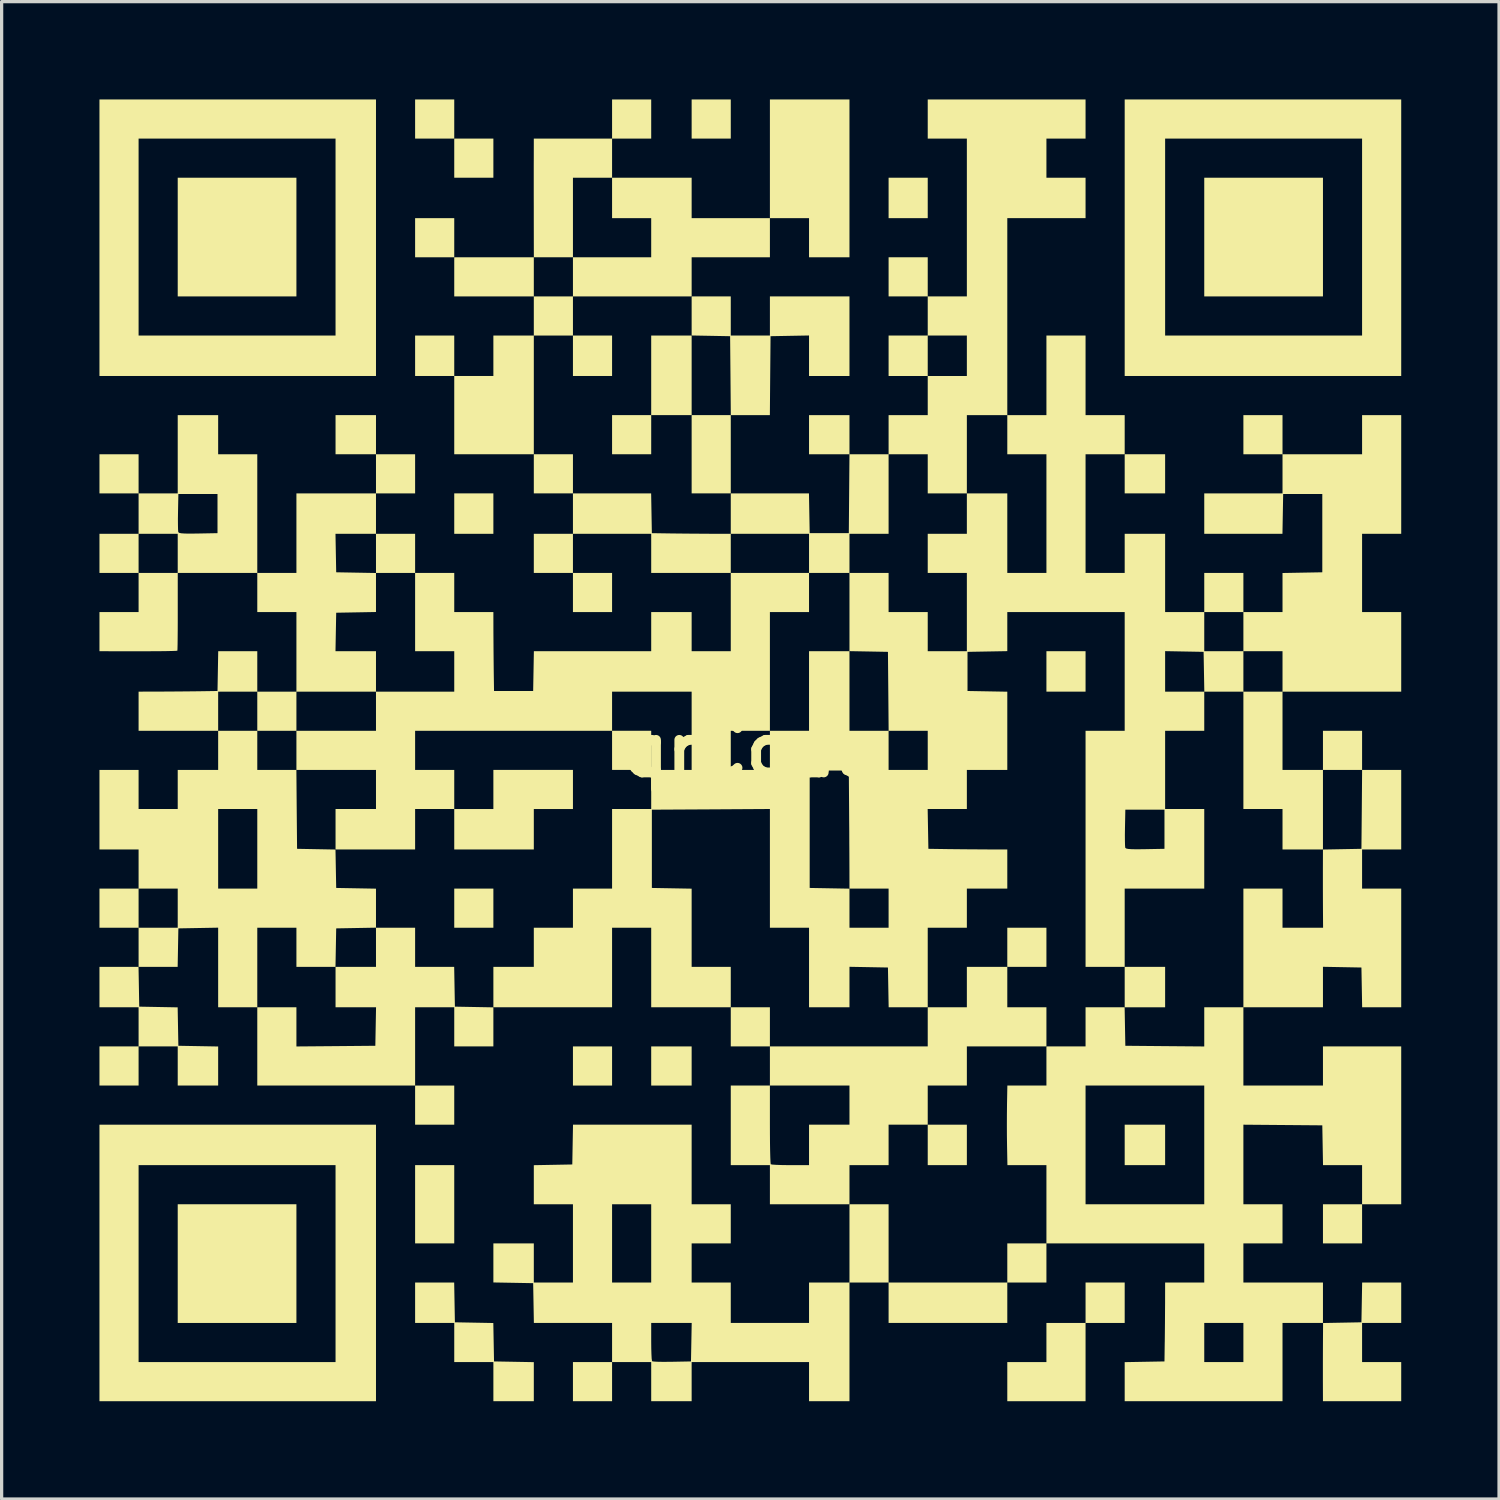
<source format=kicad_pcb>
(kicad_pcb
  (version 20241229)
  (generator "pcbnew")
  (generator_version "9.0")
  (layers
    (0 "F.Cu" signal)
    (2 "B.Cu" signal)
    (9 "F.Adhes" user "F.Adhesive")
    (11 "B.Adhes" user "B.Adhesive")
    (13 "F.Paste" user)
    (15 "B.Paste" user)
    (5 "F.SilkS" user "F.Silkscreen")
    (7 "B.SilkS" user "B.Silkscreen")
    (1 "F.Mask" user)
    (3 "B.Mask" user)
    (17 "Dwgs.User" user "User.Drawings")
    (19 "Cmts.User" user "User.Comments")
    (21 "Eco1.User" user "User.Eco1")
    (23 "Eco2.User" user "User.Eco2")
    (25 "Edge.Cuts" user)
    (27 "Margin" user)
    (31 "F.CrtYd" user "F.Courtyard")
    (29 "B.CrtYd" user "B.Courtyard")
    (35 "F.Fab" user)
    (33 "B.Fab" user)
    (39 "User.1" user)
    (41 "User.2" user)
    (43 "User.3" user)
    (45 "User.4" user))
  (footprint "qrCode"
    (layer "F.Cu")
    (at 19.96 19.96)
    (property "Reference" "qrCode" (at 0 0 0) (layer "F.SilkS") (effects (font (size 1.5 1.5) (thickness 0.3))))
    (attr board_only exclude_from_pos_files exclude_from_bom)
    (fp_poly (pts (xy 17.564 17.562) (xy 17.56 17.562) (xy 17.56 17.56) (xy 17.564 17.56)) (stroke (width 0) (type solid)) (fill yes) (layer "F.SilkS"))
    (fp_poly (pts (xy -13.92 -15.74) (xy -13.92 -13.92) (xy -15.74 -13.92) (xy -17.56 -13.92) (xy -17.56 -15.74) (xy -17.56 -17.56) (xy -15.74 -17.56) (xy -13.92 -17.56)) (stroke (width 0) (type solid)) (fill yes) (layer "F.SilkS"))
    (fp_poly (pts (xy -13.92 15.74) (xy -13.92 17.56) (xy -15.74 17.56) (xy -17.56 17.56) (xy -17.56 15.74) (xy -17.56 13.92) (xy -15.74 13.92) (xy -13.92 13.92)) (stroke (width 0) (type solid)) (fill yes) (layer "F.SilkS"))
    (fp_poly (pts (xy -11.48 -9.68) (xy -11.48 -9.08) (xy -12.1 -9.08) (xy -12.72 -9.08) (xy -12.72 -9.68) (xy -12.72 -10.28) (xy -12.1 -10.28) (xy -11.48 -10.28)) (stroke (width 0) (type solid)) (fill yes) (layer "F.SilkS"))
    (fp_poly (pts (xy -10.28 -6.04) (xy -10.28 -5.44) (xy -10.88 -5.44) (xy -11.48 -5.44) (xy -11.48 -6.04) (xy -11.48 -6.64) (xy -10.88 -6.64) (xy -10.28 -6.64)) (stroke (width 0) (type solid)) (fill yes) (layer "F.SilkS"))
    (fp_poly (pts (xy -9.08 -19.36) (xy -9.08 -18.76) (xy -9.68 -18.76) (xy -10.28 -18.76) (xy -10.28 -19.36) (xy -10.28 -19.96) (xy -9.68 -19.96) (xy -9.08 -19.96)) (stroke (width 0) (type solid)) (fill yes) (layer "F.SilkS"))
    (fp_poly (pts (xy -9.08 -15.72) (xy -9.08 -15.12) (xy -9.68 -15.12) (xy -10.28 -15.12) (xy -10.28 -15.72) (xy -10.28 -16.32) (xy -9.68 -16.32) (xy -9.08 -16.32)) (stroke (width 0) (type solid)) (fill yes) (layer "F.SilkS"))
    (fp_poly (pts (xy -9.08 10.88) (xy -9.08 11.48) (xy -9.68 11.48) (xy -10.28 11.48) (xy -10.28 10.88) (xy -10.28 10.28) (xy -9.68 10.28) (xy -9.08 10.28)) (stroke (width 0) (type solid)) (fill yes) (layer "F.SilkS"))
    (fp_poly (pts (xy -9.08 13.92) (xy -9.08 15.12) (xy -9.68 15.12) (xy -10.28 15.12) (xy -10.28 13.92) (xy -10.28 12.72) (xy -9.68 12.72) (xy -9.08 12.72)) (stroke (width 0) (type solid)) (fill yes) (layer "F.SilkS"))
    (fp_poly (pts (xy -7.88 -18.16) (xy -7.88 -17.56) (xy -8.48 -17.56) (xy -9.08 -17.56) (xy -9.08 -18.16) (xy -9.08 -18.76) (xy -8.48 -18.76) (xy -7.88 -18.76)) (stroke (width 0) (type solid)) (fill yes) (layer "F.SilkS"))
    (fp_poly (pts (xy -7.88 -7.26) (xy -7.88 -6.64) (xy -8.48 -6.64) (xy -9.08 -6.64) (xy -9.08 -7.26) (xy -9.08 -7.88) (xy -8.48 -7.88) (xy -7.88 -7.88)) (stroke (width 0) (type solid)) (fill yes) (layer "F.SilkS"))
    (fp_poly (pts (xy -7.88 4.84) (xy -7.88 5.44) (xy -8.48 5.44) (xy -9.08 5.44) (xy -9.08 4.84) (xy -9.08 4.24) (xy -8.48 4.24) (xy -7.88 4.24)) (stroke (width 0) (type solid)) (fill yes) (layer "F.SilkS"))
    (fp_poly (pts (xy -5.44 -8.48) (xy -5.44 -7.88) (xy -6.04 -7.88) (xy -6.64 -7.88) (xy -6.64 -8.48) (xy -6.64 -9.08) (xy -6.04 -9.08) (xy -5.44 -9.08)) (stroke (width 0) (type solid)) (fill yes) (layer "F.SilkS"))
    (fp_poly (pts (xy -4.24 -12.1) (xy -4.24 -11.48) (xy -4.84 -11.48) (xy -5.44 -11.48) (xy -5.44 -12.1) (xy -5.44 -12.72) (xy -4.84 -12.72) (xy -4.24 -12.72)) (stroke (width 0) (type solid)) (fill yes) (layer "F.SilkS"))
    (fp_poly (pts (xy -4.24 -4.84) (xy -4.24 -4.24) (xy -4.84 -4.24) (xy -5.44 -4.24) (xy -5.44 -4.84) (xy -5.44 -5.44) (xy -4.84 -5.44) (xy -4.24 -5.44)) (stroke (width 0) (type solid)) (fill yes) (layer "F.SilkS"))
    (fp_poly (pts (xy -4.24 9.68) (xy -4.24 10.28) (xy -4.84 10.28) (xy -5.44 10.28) (xy -5.44 9.68) (xy -5.44 9.08) (xy -4.84 9.08) (xy -4.24 9.08)) (stroke (width 0) (type solid)) (fill yes) (layer "F.SilkS"))
    (fp_poly (pts (xy -3.04 0) (xy -3.04 0.6) (xy -3.64 0.6) (xy -4.24 0.6) (xy -4.24 0) (xy -4.24 -0.6) (xy -3.64 -0.6) (xy -3.04 -0.6)) (stroke (width 0) (type solid)) (fill yes) (layer "F.SilkS"))
    (fp_poly (pts (xy -1.8 9.68) (xy -1.8 10.28) (xy -2.42 10.28) (xy -3.04 10.28) (xy -3.04 9.68) (xy -3.04 9.08) (xy -2.42 9.08) (xy -1.8 9.08)) (stroke (width 0) (type solid)) (fill yes) (layer "F.SilkS"))
    (fp_poly (pts (xy -0.6 -19.36) (xy -0.6 -18.76) (xy -1.2 -18.76) (xy -1.8 -18.76) (xy -1.8 -19.36) (xy -1.8 -19.96) (xy -1.2 -19.96) (xy -0.6 -19.96)) (stroke (width 0) (type solid)) (fill yes) (layer "F.SilkS"))
    (fp_poly (pts (xy -0.6 -9.08) (xy -0.6 -7.88) (xy -1.2 -7.88) (xy -1.8 -7.88) (xy -1.8 -9.08) (xy -1.8 -10.28) (xy -1.199 -10.28) (xy -0.6 -10.28)) (stroke (width 0) (type solid)) (fill yes) (layer "F.SilkS"))
    (fp_poly (pts (xy 5.44 -16.94) (xy 5.44 -16.32) (xy 4.84 -16.32) (xy 4.24 -16.32) (xy 4.24 -16.94) (xy 4.24 -17.56) (xy 4.84 -17.56) (xy 5.44 -17.56)) (stroke (width 0) (type solid)) (fill yes) (layer "F.SilkS"))
    (fp_poly (pts (xy 6.64 12.1) (xy 6.64 12.72) (xy 6.04 12.72) (xy 5.44 12.72) (xy 5.44 12.1) (xy 5.44 11.48) (xy 6.04 11.48) (xy 6.64 11.48)) (stroke (width 0) (type solid)) (fill yes) (layer "F.SilkS"))
    (fp_poly (pts (xy 9.08 6.04) (xy 9.08 6.64) (xy 8.48 6.64) (xy 7.88 6.64) (xy 7.88 6.04) (xy 7.88 5.44) (xy 8.48 5.44) (xy 9.08 5.44)) (stroke (width 0) (type solid)) (fill yes) (layer "F.SilkS"))
    (fp_poly (pts (xy 10.28 -2.42) (xy 10.28 -1.8) (xy 9.68 -1.8) (xy 9.08 -1.8) (xy 9.08 -2.42) (xy 9.08 -3.04) (xy 9.68 -3.04) (xy 10.28 -3.04)) (stroke (width 0) (type solid)) (fill yes) (layer "F.SilkS"))
    (fp_poly (pts (xy 12.72 -8.48) (xy 12.72 -7.88) (xy 12.1 -7.88) (xy 11.48 -7.88) (xy 11.48 -8.48) (xy 11.48 -9.08) (xy 12.1 -9.08) (xy 12.72 -9.08)) (stroke (width 0) (type solid)) (fill yes) (layer "F.SilkS"))
    (fp_poly (pts (xy 12.72 7.26) (xy 12.72 7.88) (xy 12.1 7.88) (xy 11.48 7.88) (xy 11.48 7.26) (xy 11.48 6.64) (xy 12.1 6.64) (xy 12.72 6.64)) (stroke (width 0) (type solid)) (fill yes) (layer "F.SilkS"))
    (fp_poly (pts (xy 12.72 12.1) (xy 12.72 12.72) (xy 12.1 12.72) (xy 11.48 12.72) (xy 11.48 12.1) (xy 11.48 11.48) (xy 12.1 11.48) (xy 12.72 11.48)) (stroke (width 0) (type solid)) (fill yes) (layer "F.SilkS"))
    (fp_poly (pts (xy 17.56 -15.74) (xy 17.56 -13.92) (xy 15.74 -13.92) (xy 13.92 -13.92) (xy 13.92 -15.74) (xy 13.92 -17.56) (xy 15.74 -17.56) (xy 17.56 -17.56)) (stroke (width 0) (type solid)) (fill yes) (layer "F.SilkS"))
    (fp_poly (pts (xy -5.44 1.2) (xy -5.44 1.8) (xy -6.04 1.8) (xy -6.64 1.8) (xy -6.64 2.42) (xy -6.64 3.04) (xy -7.86 3.04) (xy -9.08 3.04) (xy -9.08 2.42) (xy -9.08 1.8) (xy -8.48 1.8) (xy -7.88 1.8) (xy -7.88 1.2) (xy -7.88 0.6) (xy -6.66 0.6) (xy -5.44 0.6)) (stroke (width 0) (type solid)) (fill yes) (layer "F.SilkS"))
    (fp_poly (pts (xy -1.8 -11.5) (xy -1.8 -10.28) (xy -2.42 -10.28) (xy -3.04 -10.28) (xy -3.04 -9.68) (xy -3.04 -9.08) (xy -3.64 -9.08) (xy -4.24 -9.08) (xy -4.24 -9.68) (xy -4.24 -10.28) (xy -3.64 -10.28) (xy -3.04 -10.28) (xy -3.04 -11.5) (xy -3.04 -12.72) (xy -2.42 -12.72) (xy -1.8 -12.72)) (stroke (width 0) (type solid)) (fill yes) (layer "F.SilkS"))
    (fp_poly (pts (xy -11.48 -15.72) (xy -11.48 -11.48) (xy -15.72 -11.48) (xy -19.96 -11.48) (xy -19.96 -15.72) (xy -19.96 -15.74) (xy -18.76 -15.74) (xy -18.76 -12.72) (xy -15.74 -12.72) (xy -12.72 -12.72) (xy -12.72 -15.74) (xy -12.72 -18.76) (xy -15.74 -18.76) (xy -18.76 -18.76) (xy -18.76 -15.74) (xy -19.96 -15.74) (xy -19.96 -19.96) (xy -15.72 -19.96) (xy -11.48 -19.96)) (stroke (width 0) (type solid)) (fill yes) (layer "F.SilkS"))
    (fp_poly (pts (xy -11.48 15.72) (xy -11.48 19.96) (xy -15.72 19.96) (xy -19.96 19.96) (xy -19.96 15.74) (xy -18.76 15.74) (xy -18.76 18.76) (xy -15.74 18.76) (xy -12.72 18.76) (xy -12.72 15.74) (xy -12.72 12.72) (xy -15.74 12.72) (xy -18.76 12.72) (xy -18.76 15.74) (xy -19.96 15.74) (xy -19.96 15.72) (xy -19.96 11.48) (xy -15.72 11.48) (xy -11.48 11.48)) (stroke (width 0) (type solid)) (fill yes) (layer "F.SilkS"))
    (fp_poly (pts (xy 19.96 -15.72) (xy 19.96 -11.48) (xy 15.72 -11.48) (xy 11.48 -11.48) (xy 11.48 -15.72) (xy 11.48 -15.74) (xy 12.72 -15.74) (xy 12.72 -12.72) (xy 15.74 -12.72) (xy 18.76 -12.72) (xy 18.76 -15.74) (xy 18.76 -18.76) (xy 15.74 -18.76) (xy 12.72 -18.76) (xy 12.72 -15.74) (xy 11.48 -15.74) (xy 11.48 -19.96) (xy 15.72 -19.96) (xy 19.96 -19.96)) (stroke (width 0) (type solid)) (fill yes) (layer "F.SilkS"))
    (fp_poly (pts (xy 11.48 16.94) (xy 11.48 17.56) (xy 10.88 17.56) (xy 10.28 17.56) (xy 10.28 18.76) (xy 10.28 19.96) (xy 9.08 19.96) (xy 7.88 19.96) (xy 7.88 19.36) (xy 7.88 18.76) (xy 8.48 18.76) (xy 9.08 18.76) (xy 9.08 18.16) (xy 9.08 17.56) (xy 9.68 17.56) (xy 10.28 17.56) (xy 10.28 16.94) (xy 10.28 16.32) (xy 10.88 16.32) (xy 11.48 16.32)) (stroke (width 0) (type solid)) (fill yes) (layer "F.SilkS"))
    (fp_poly (pts (xy -9.071 16.93) (xy -9.06 17.54) (xy -8.471 17.551) (xy -7.882 17.562) (xy -7.871 18.151) (xy -7.86 18.74) (xy -7.25 18.751) (xy -6.64 18.762) (xy -6.64 19.361) (xy -6.64 19.96) (xy -7.26 19.96) (xy -7.88 19.96) (xy -7.88 19.36) (xy -7.88 18.76) (xy -8.48 18.76) (xy -9.08 18.76) (xy -9.08 18.16) (xy -9.08 17.56) (xy -9.68 17.56) (xy -10.28 17.56) (xy -10.28 16.94) (xy -10.28 16.32) (xy -9.681 16.32) (xy -9.082 16.32)) (stroke (width 0) (type solid)) (fill yes) (layer "F.SilkS"))
    (fp_poly (pts (xy 19.96 16.94) (xy 19.96 17.56) (xy 19.36 17.56) (xy 18.76 17.56) (xy 18.76 18.16) (xy 18.76 18.76) (xy 19.36 18.76) (xy 19.96 18.76) (xy 19.96 19.36) (xy 19.96 19.96) (xy 18.76 19.96) (xy 17.56 19.96) (xy 17.558 19.35) (xy 17.558 19.068) (xy 17.558 18.749) (xy 17.559 18.432) (xy 17.56 18.155) (xy 17.56 18.15) (xy 17.564 17.562) (xy 18.15 17.551) (xy 18.74 17.54) (xy 18.751 16.93) (xy 18.762 16.32) (xy 19.361 16.32) (xy 19.96 16.32)) (stroke (width 0) (type solid)) (fill yes) (layer "F.SilkS"))
    (fp_poly (pts (xy -3.04 -19.36) (xy -3.04 -18.76) (xy -3.64 -18.76) (xy -4.24 -18.76) (xy -4.24 -18.16) (xy -4.24 -17.56) (xy -4.84 -17.56) (xy -5.44 -17.56) (xy -5.44 -16.34) (xy -5.44 -15.12) (xy -6.04 -15.12) (xy -6.639 -15.12) (xy -6.641 -16.33) (xy -6.641 -16.671) (xy -6.642 -17.021) (xy -6.642 -17.36) (xy -6.642 -17.673) (xy -6.642 -17.941) (xy -6.641 -18.146) (xy -6.641 -18.15) (xy -6.64 -18.76) (xy -5.44 -18.76) (xy -4.24 -18.76) (xy -4.24 -19.36) (xy -4.24 -19.96) (xy -3.64 -19.96) (xy -3.04 -19.96)) (stroke (width 0) (type solid)) (fill yes) (layer "F.SilkS"))
    (fp_poly (pts (xy -0.6 -13.32) (xy -0.6 -12.72) (xy 0 -12.72) (xy 0.6 -12.72) (xy 0.6 -13.32) (xy 0.6 -13.92) (xy 1.82 -13.92) (xy 3.04 -13.92) (xy 3.04 -12.7) (xy 3.04 -11.48) (xy 2.42 -11.48) (xy 1.8 -11.48) (xy 1.8 -12.101) (xy 1.8 -12.722) (xy 1.21 -12.711) (xy 0.62 -12.7) (xy 0.609 -11.49) (xy 0.599 -10.28) (xy -0.001 -10.28) (xy -0.599 -10.28) (xy -0.609 -11.49) (xy -0.62 -12.7) (xy -1.21 -12.711) (xy -1.8 -12.722) (xy -1.8 -13.321) (xy -1.8 -13.92) (xy -1.2 -13.92) (xy -0.6 -13.92)) (stroke (width 0) (type solid)) (fill yes) (layer "F.SilkS"))
    (fp_poly (pts (xy -3.031 -7.27) (xy -3.02 -6.66) (xy -2.42 -6.651) (xy -2.14 -6.648) (xy -1.819 -6.645) (xy -1.497 -6.643) (xy -1.213 -6.641) (xy -1.21 -6.641) (xy -0.6 -6.64) (xy -0.6 -6.04) (xy -0.6 -5.44) (xy -1.82 -5.44) (xy -3.04 -5.44) (xy -3.04 -6.04) (xy -3.04 -6.64) (xy -4.24 -6.64) (xy -5.44 -6.64) (xy -5.44 -6.04) (xy -5.44 -5.44) (xy -6.04 -5.44) (xy -6.64 -5.44) (xy -6.64 -6.04) (xy -6.64 -6.64) (xy -6.04 -6.64) (xy -5.44 -6.64) (xy -5.44 -7.26) (xy -5.44 -7.88) (xy -4.241 -7.88) (xy -3.042 -7.88)) (stroke (width 0) (type solid)) (fill yes) (layer "F.SilkS"))
    (fp_poly (pts (xy -18.751 7.25) (xy -18.74 7.86) (xy -18.151 7.871) (xy -17.562 7.882) (xy -17.551 8.471) (xy -17.54 9.06) (xy -16.93 9.071) (xy -16.32 9.082) (xy -16.32 9.681) (xy -16.32 10.28) (xy -16.94 10.28) (xy -17.56 10.28) (xy -17.56 9.68) (xy -17.56 9.08) (xy -18.16 9.08) (xy -18.76 9.08) (xy -18.76 9.68) (xy -18.76 10.28) (xy -19.36 10.28) (xy -19.96 10.28) (xy -19.96 9.68) (xy -19.96 9.08) (xy -19.36 9.08) (xy -18.76 9.08) (xy -18.76 8.48) (xy -18.76 7.88) (xy -19.36 7.88) (xy -19.96 7.88) (xy -19.96 7.26) (xy -19.96 6.64) (xy -19.36 6.64) (xy -18.762 6.64)) (stroke (width 0) (type solid)) (fill yes) (layer "F.SilkS"))
    (fp_poly (pts (xy -10.28 6.04) (xy -10.28 6.64) (xy -9.681 6.64) (xy -9.082 6.64) (xy -9.071 7.25) (xy -9.06 7.86) (xy -8.47 7.871) (xy -7.88 7.882) (xy -7.88 8.48) (xy -7.88 9.08) (xy -8.48 9.08) (xy -9.08 9.08) (xy -9.08 8.48) (xy -9.08 7.88) (xy -9.68 7.88) (xy -10.28 7.88) (xy -10.28 9.08) (xy -10.28 10.28) (xy -12.7 10.28) (xy -15.12 10.28) (xy -15.12 9.08) (xy -15.12 7.88) (xy -14.52 7.88) (xy -13.92 7.88) (xy -13.92 8.481) (xy -13.92 9.081) (xy -12.71 9.071) (xy -11.5 9.06) (xy -11.489 8.47) (xy -11.478 7.88) (xy -12.099 7.88) (xy -12.72 7.88) (xy -12.72 7.26) (xy -12.72 6.64) (xy -12.1 6.64) (xy -11.48 6.64) (xy -11.48 6.04) (xy -11.48 5.44) (xy -10.88 5.44) (xy -10.28 5.44)) (stroke (width 0) (type solid)) (fill yes) (layer "F.SilkS"))
    (fp_poly (pts (xy 3.04 -17.54) (xy 3.04 -15.12) (xy 2.42 -15.12) (xy 1.8 -15.12) (xy 1.8 -15.72) (xy 1.8 -16.32) (xy 1.2 -16.32) (xy 0.6 -16.32) (xy 0.6 -15.72) (xy 0.6 -15.12) (xy -0.6 -15.12) (xy -1.8 -15.12) (xy -1.8 -14.52) (xy -1.8 -13.92) (xy -3.62 -13.92) (xy -5.44 -13.92) (xy -5.44 -13.32) (xy -5.44 -12.72) (xy -6.04 -12.72) (xy -6.64 -12.72) (xy -6.64 -10.9) (xy -6.64 -9.08) (xy -7.86 -9.08) (xy -9.08 -9.08) (xy -9.08 -10.28) (xy -9.08 -11.48) (xy -9.68 -11.48) (xy -10.28 -11.48) (xy -10.28 -12.1) (xy -10.28 -12.72) (xy -9.68 -12.72) (xy -9.08 -12.72) (xy -9.08 -12.1) (xy -9.08 -11.48) (xy -8.48 -11.48) (xy -7.88 -11.48) (xy -7.88 -12.1) (xy -7.88 -12.72) (xy -7.26 -12.72) (xy -6.64 -12.72) (xy -6.64 -13.32) (xy -6.64 -13.92) (xy -7.86 -13.92) (xy -9.08 -13.92) (xy -9.08 -14.52) (xy -9.08 -15.12) (xy -7.86 -15.12) (xy -6.64 -15.12) (xy -6.64 -14.52) (xy -6.64 -13.92) (xy -6.04 -13.92) (xy -5.44 -13.92) (xy -5.44 -14.52) (xy -5.44 -15.12) (xy -4.24 -15.12) (xy -3.04 -15.12) (xy -3.04 -15.72) (xy -3.04 -16.32) (xy -3.64 -16.32) (xy -4.24 -16.32) (xy -4.24 -16.94) (xy -4.24 -17.56) (xy -3.02 -17.56) (xy -1.8 -17.56) (xy -1.8 -16.94) (xy -1.8 -16.32) (xy -0.6 -16.32) (xy 0.6 -16.32) (xy 0.6 -18.14) (xy 0.6 -19.96) (xy 1.82 -19.96) (xy 3.04 -19.96)) (stroke (width 0) (type solid)) (fill yes) (layer "F.SilkS"))
    (fp_poly (pts (xy 7.88 7.26) (xy 7.88 7.88) (xy 8.48 7.88) (xy 9.08 7.88) (xy 9.08 8.48) (xy 9.08 9.08) (xy 7.86 9.08) (xy 6.64 9.08) (xy 6.64 9.68) (xy 6.64 10.28) (xy 6.04 10.28) (xy 5.44 10.28) (xy 5.44 10.88) (xy 5.44 11.48) (xy 4.84 11.48) (xy 4.24 11.48) (xy 4.24 12.1) (xy 4.24 12.72) (xy 3.64 12.72) (xy 3.04 12.72) (xy 3.04 13.32) (xy 3.04 13.92) (xy 1.82 13.92) (xy 0.6 13.92) (xy 0.6 13.32) (xy 0.6 12.72) (xy 0 12.72) (xy -0.6 12.72) (xy -0.6 11.5) (xy -0.6 11.473) (xy 0.6 11.473) (xy 0.601 11.775) (xy 0.603 12.05) (xy 0.607 12.289) (xy 0.612 12.481) (xy 0.618 12.617) (xy 0.624 12.687) (xy 0.627 12.693) (xy 0.674 12.703) (xy 0.787 12.711) (xy 0.949 12.717) (xy 1.146 12.72) (xy 1.227 12.72) (xy 1.8 12.72) (xy 1.8 12.1) (xy 1.8 11.48) (xy 2.42 11.48) (xy 3.04 11.48) (xy 3.04 10.88) (xy 3.04 10.28) (xy 1.82 10.28) (xy 0.6 10.28) (xy 0.6 11.473) (xy -0.6 11.473) (xy -0.6 10.28) (xy 0 10.28) (xy 0.6 10.28) (xy 0.6 9.68) (xy 0.6 9.08) (xy 0 9.08) (xy -0.6 9.08) (xy -0.6 8.48) (xy -0.6 7.88) (xy 0 7.88) (xy 0.6 7.88) (xy 0.6 8.48) (xy 0.6 9.08) (xy 3.02 9.08) (xy 5.44 9.08) (xy 5.44 8.48) (xy 5.44 7.88) (xy 6.04 7.88) (xy 6.64 7.88) (xy 6.64 7.26) (xy 6.64 6.64) (xy 7.26 6.64) (xy 7.88 6.64)) (stroke (width 0) (type solid)) (fill yes) (layer "F.SilkS"))
    (fp_poly (pts (xy -15.12 0) (xy -15.12 0.6) (xy -14.521 0.6) (xy -13.921 0.6) (xy -13.911 1.81) (xy -13.9 3.02) (xy -13.311 3.031) (xy -12.722 3.042) (xy -12.711 3.631) (xy -12.7 4.22) (xy -12.09 4.231) (xy -11.48 4.242) (xy -11.48 4.84) (xy -11.48 5.438) (xy -12.09 5.449) (xy -12.7 5.46) (xy -12.711 6.05) (xy -12.722 6.64) (xy -13.321 6.64) (xy -13.92 6.64) (xy -13.92 6.04) (xy -13.92 5.44) (xy -14.52 5.44) (xy -15.12 5.44) (xy -15.12 6.66) (xy -15.12 7.88) (xy -15.72 7.88) (xy -16.32 7.88) (xy -16.32 6.659) (xy -16.32 5.438) (xy -16.93 5.449) (xy -17.54 5.46) (xy -17.551 6.05) (xy -17.562 6.64) (xy -18.162 6.64) (xy -18.76 6.64) (xy -18.76 6.04) (xy -18.76 5.44) (xy -19.36 5.44) (xy -19.96 5.44) (xy -19.96 4.84) (xy -18.76 4.84) (xy -18.76 5.44) (xy -18.16 5.44) (xy -17.56 5.44) (xy -17.56 4.84) (xy -17.56 4.24) (xy -18.16 4.24) (xy -18.76 4.24) (xy -18.76 4.84) (xy -19.96 4.84) (xy -19.96 4.24) (xy -19.36 4.24) (xy -18.76 4.24) (xy -18.76 3.64) (xy -18.76 3.04) (xy -19.36 3.04) (xy -19.96 3.04) (xy -19.96 3.02) (xy -16.32 3.02) (xy -16.32 4.24) (xy -15.72 4.24) (xy -15.12 4.24) (xy -15.12 3.02) (xy -15.12 1.8) (xy -15.72 1.8) (xy -16.32 1.8) (xy -16.32 3.02) (xy -19.96 3.02) (xy -19.96 1.82) (xy -19.96 0.6) (xy -19.36 0.6) (xy -18.76 0.6) (xy -18.76 1.2) (xy -18.76 1.8) (xy -18.16 1.8) (xy -17.56 1.8) (xy -17.56 1.2) (xy -17.56 0.6) (xy -16.94 0.6) (xy -16.32 0.6) (xy -16.32 0) (xy -16.32 -0.6) (xy -15.72 -0.6) (xy -15.12 -0.6)) (stroke (width 0) (type solid)) (fill yes) (layer "F.SilkS"))
    (fp_poly (pts (xy -16.32 -9.68) (xy -16.32 -9.08) (xy -15.72 -9.08) (xy -15.12 -9.08) (xy -15.12 -7.26) (xy -15.12 -5.44) (xy -14.52 -5.44) (xy -13.92 -5.44) (xy -13.92 -6.66) (xy -13.92 -7.88) (xy -12.7 -7.88) (xy -11.48 -7.88) (xy -11.48 -8.48) (xy -11.48 -9.08) (xy -10.88 -9.08) (xy -10.28 -9.08) (xy -10.28 -8.48) (xy -10.28 -7.88) (xy -10.88 -7.88) (xy -11.48 -7.88) (xy -11.48 -7.26) (xy -11.48 -6.64) (xy -12.101 -6.64) (xy -12.722 -6.64) (xy -12.711 -6.05) (xy -12.7 -5.46) (xy -12.09 -5.449) (xy -11.48 -5.438) (xy -11.48 -4.84) (xy -11.48 -4.242) (xy -12.09 -4.231) (xy -12.7 -4.22) (xy -12.711 -3.63) (xy -12.722 -3.04) (xy -12.101 -3.04) (xy -11.48 -3.04) (xy -11.48 -2.42) (xy -11.48 -1.8) (xy -12.7 -1.8) (xy -13.92 -1.8) (xy -13.92 -1.2) (xy -13.92 -0.6) (xy -14.52 -0.6) (xy -15.12 -0.6) (xy -15.12 -1.2) (xy -15.12 -1.8) (xy -15.72 -1.8) (xy -16.32 -1.8) (xy -16.32 -1.2) (xy -16.32 -0.6) (xy -17.54 -0.6) (xy -18.76 -0.6) (xy -18.76 -1.2) (xy -18.76 -1.8) (xy -18.15 -1.801) (xy -17.867 -1.803) (xy -17.545 -1.805) (xy -17.224 -1.808) (xy -16.943 -1.811) (xy -16.94 -1.811) (xy -16.34 -1.82) (xy -16.329 -2.43) (xy -16.318 -3.04) (xy -15.719 -3.04) (xy -15.12 -3.04) (xy -15.12 -2.42) (xy -15.12 -1.8) (xy -14.52 -1.8) (xy -13.92 -1.8) (xy -13.92 -3.02) (xy -13.92 -4.24) (xy -14.52 -4.24) (xy -15.12 -4.24) (xy -15.12 -4.84) (xy -15.12 -5.44) (xy -16.339 -5.44) (xy -17.559 -5.44) (xy -17.559 -4.254) (xy -17.559 -3.955) (xy -17.56 -3.682) (xy -17.562 -3.446) (xy -17.564 -3.258) (xy -17.567 -3.126) (xy -17.57 -3.061) (xy -17.571 -3.056) (xy -17.615 -3.051) (xy -17.73 -3.047) (xy -17.91 -3.043) (xy -18.147 -3.04) (xy -18.431 -3.039) (xy -18.756 -3.038) (xy -19.113 -3.038) (xy -19.35 -3.038) (xy -19.96 -3.04) (xy -19.96 -3.64) (xy -19.96 -4.24) (xy -19.36 -4.24) (xy -18.76 -4.24) (xy -18.76 -4.84) (xy -18.76 -5.44) (xy -19.36 -5.44) (xy -19.96 -5.44) (xy -19.96 -6.04) (xy -18.76 -6.04) (xy -18.76 -5.44) (xy -18.16 -5.44) (xy -17.56 -5.44) (xy -17.56 -6.04) (xy -17.56 -6.64) (xy -18.16 -6.64) (xy -18.76 -6.64) (xy -18.76 -6.04) (xy -19.96 -6.04) (xy -19.96 -6.64) (xy -19.36 -6.64) (xy -18.76 -6.64) (xy -18.76 -7.095) (xy -17.554 -7.095) (xy -17.553 -6.916) (xy -17.55 -6.778) (xy -17.544 -6.7) (xy -17.542 -6.691) (xy -17.516 -6.67) (xy -17.452 -6.656) (xy -17.338 -6.648) (xy -17.164 -6.646) (xy -16.931 -6.649) (xy -16.34 -6.66) (xy -16.34 -7.26) (xy -16.34 -7.86) (xy -16.94 -7.86) (xy -17.54 -7.86) (xy -17.551 -7.302) (xy -17.554 -7.095) (xy -18.76 -7.095) (xy -18.76 -7.26) (xy -18.76 -7.88) (xy -19.36 -7.88) (xy -19.96 -7.88) (xy -19.96 -8.48) (xy -19.96 -9.08) (xy -19.36 -9.08) (xy -18.76 -9.08) (xy -18.76 -8.48) (xy -18.76 -7.88) (xy -18.16 -7.88) (xy -17.56 -7.88) (xy -17.56 -9.08) (xy -17.56 -10.28) (xy -16.94 -10.28) (xy -16.32 -10.28)) (stroke (width 0) (type solid)) (fill yes) (layer "F.SilkS"))
    (fp_poly (pts (xy 19.96 1.82) (xy 19.96 3.04) (xy 19.36 3.04) (xy 18.76 3.04) (xy 18.76 3.64) (xy 18.76 4.24) (xy 19.36 4.24) (xy 19.96 4.24) (xy 19.96 6.06) (xy 19.96 7.88) (xy 19.361 7.88) (xy 18.762 7.88) (xy 18.751 7.27) (xy 18.74 6.66) (xy 18.15 6.649) (xy 17.56 6.638) (xy 17.56 7.259) (xy 17.56 7.88) (xy 16.34 7.88) (xy 15.12 7.88) (xy 15.12 9.08) (xy 15.12 10.28) (xy 16.34 10.28) (xy 17.56 10.28) (xy 17.56 9.68) (xy 17.56 9.08) (xy 18.76 9.08) (xy 19.96 9.08) (xy 19.96 11.5) (xy 19.96 13.92) (xy 19.36 13.92) (xy 18.76 13.92) (xy 18.76 14.52) (xy 18.76 15.12) (xy 18.16 15.12) (xy 17.56 15.12) (xy 17.56 14.52) (xy 17.56 13.92) (xy 18.16 13.92) (xy 18.76 13.92) (xy 18.76 13.32) (xy 18.76 12.72) (xy 18.161 12.72) (xy 17.562 12.72) (xy 17.551 12.11) (xy 17.54 11.5) (xy 16.33 11.49) (xy 15.12 11.48) (xy 15.12 12.7) (xy 15.12 13.92) (xy 15.72 13.92) (xy 16.32 13.92) (xy 16.32 14.52) (xy 16.32 15.12) (xy 15.72 15.12) (xy 15.12 15.12) (xy 15.12 15.72) (xy 15.12 16.32) (xy 16.34 16.32) (xy 17.56 16.32) (xy 17.56 16.941) (xy 17.56 17.56) (xy 16.942 17.56) (xy 16.32 17.56) (xy 16.32 18.76) (xy 16.32 19.96) (xy 13.9 19.96) (xy 11.48 19.96) (xy 11.48 19.361) (xy 11.48 18.762) (xy 12.09 18.751) (xy 12.7 18.74) (xy 12.708 18.16) (xy 13.92 18.16) (xy 13.92 18.76) (xy 14.52 18.76) (xy 15.12 18.76) (xy 15.12 18.16) (xy 15.12 17.56) (xy 14.52 17.56) (xy 13.92 17.56) (xy 13.92 18.16) (xy 12.708 18.16) (xy 12.709 18.14) (xy 12.712 17.86) (xy 12.715 17.539) (xy 12.717 17.217) (xy 12.719 16.933) (xy 12.719 16.93) (xy 12.72 16.32) (xy 13.32 16.32) (xy 13.92 16.32) (xy 13.92 15.72) (xy 13.92 15.12) (xy 11.5 15.12) (xy 9.08 15.12) (xy 9.08 15.72) (xy 9.08 16.32) (xy 8.48 16.32) (xy 7.88 16.32) (xy 7.88 16.94) (xy 7.88 17.56) (xy 6.06 17.56) (xy 4.24 17.56) (xy 4.24 16.94) (xy 4.24 16.32) (xy 3.64 16.32) (xy 3.04 16.32) (xy 3.04 18.14) (xy 3.04 19.96) (xy 2.42 19.96) (xy 1.8 19.96) (xy 1.8 19.36) (xy 1.8 18.76) (xy 0 18.76) (xy -1.8 18.76) (xy -1.8 19.36) (xy -1.8 19.96) (xy -2.42 19.96) (xy -3.04 19.96) (xy -3.04 19.36) (xy -3.04 18.76) (xy -3.64 18.76) (xy -4.24 18.76) (xy -4.24 19.36) (xy -4.24 19.96) (xy -4.84 19.96) (xy -5.44 19.96) (xy -5.44 19.36) (xy -5.44 18.76) (xy -4.84 18.76) (xy -4.24 18.76) (xy -4.24 18.16) (xy -4.24 18.133) (xy -3.04 18.133) (xy -3.038 18.34) (xy -3.033 18.518) (xy -3.026 18.651) (xy -3.016 18.725) (xy -3.012 18.734) (xy -2.964 18.743) (xy -2.852 18.75) (xy -2.689 18.753) (xy -2.49 18.752) (xy -2.402 18.751) (xy -1.82 18.74) (xy -1.809 18.15) (xy -1.798 17.56) (xy -2.419 17.56) (xy -3.04 17.56) (xy -3.04 18.133) (xy -4.24 18.133) (xy -4.24 17.56) (xy -5.439 17.56) (xy -6.638 17.56) (xy -6.649 16.95) (xy -6.66 16.34) (xy -7.27 16.329) (xy -7.88 16.318) (xy -7.88 15.719) (xy -7.88 15.12) (xy -7.26 15.12) (xy -6.64 15.12) (xy -6.64 15.72) (xy -6.64 16.32) (xy -6.04 16.32) (xy -5.44 16.32) (xy -5.44 15.12) (xy -4.24 15.12) (xy -4.24 16.32) (xy -3.64 16.32) (xy -3.04 16.32) (xy -3.04 15.12) (xy -3.04 13.92) (xy -3.64 13.92) (xy -4.24 13.92) (xy -4.24 15.12) (xy -5.44 15.12) (xy -5.44 13.92) (xy -6.04 13.92) (xy -6.64 13.92) (xy -6.64 13.321) (xy -6.64 12.722) (xy -6.05 12.711) (xy -5.46 12.7) (xy -5.449 12.09) (xy -5.438 11.48) (xy -3.619 11.48) (xy -1.8 11.48) (xy -1.8 12.7) (xy -1.8 13.92) (xy -1.2 13.92) (xy -0.6 13.92) (xy -0.6 14.52) (xy -0.6 15.12) (xy -1.2 15.12) (xy -1.8 15.12) (xy -1.8 15.72) (xy -1.8 16.32) (xy -1.2 16.32) (xy -0.6 16.32) (xy -0.6 16.939) (xy -0.6 17.559) (xy 0.6 17.559) (xy 1.8 17.559) (xy 1.8 16.939) (xy 1.8 16.32) (xy 2.42 16.32) (xy 3.04 16.32) (xy 3.04 15.12) (xy 3.04 13.92) (xy 3.64 13.92) (xy 4.24 13.92) (xy 4.24 15.12) (xy 4.24 16.32) (xy 6.06 16.32) (xy 7.88 16.32) (xy 7.88 15.72) (xy 7.88 15.12) (xy 8.48 15.12) (xy 9.08 15.12) (xy 9.08 13.92) (xy 9.08 12.72) (xy 8.482 12.72) (xy 7.884 12.72) (xy 7.872 12.1) (xy 10.28 12.1) (xy 10.28 13.92) (xy 12.1 13.92) (xy 13.92 13.92) (xy 13.92 12.1) (xy 13.92 10.28) (xy 12.1 10.28) (xy 10.28 10.28) (xy 10.28 12.1) (xy 7.872 12.1) (xy 7.872 12.09) (xy 7.868 11.807) (xy 7.867 11.489) (xy 7.868 11.172) (xy 7.871 10.895) (xy 7.871 10.87) (xy 7.882 10.28) (xy 8.481 10.28) (xy 9.08 10.28) (xy 9.08 9.68) (xy 9.08 9.08) (xy 9.68 9.08) (xy 10.28 9.08) (xy 10.28 8.48) (xy 10.28 7.88) (xy 10.879 7.88) (xy 11.478 7.88) (xy 11.489 8.47) (xy 11.5 9.06) (xy 12.71 9.071) (xy 13.92 9.081) (xy 13.92 8.481) (xy 13.92 7.88) (xy 14.52 7.88) (xy 15.12 7.88) (xy 15.12 6.06) (xy 15.12 4.24) (xy 15.72 4.24) (xy 16.32 4.24) (xy 16.32 4.84) (xy 16.32 5.44) (xy 16.942 5.44) (xy 17.564 5.44) (xy 17.56 4.83) (xy 17.559 4.548) (xy 17.558 4.23) (xy 17.558 3.913) (xy 17.558 3.636) (xy 17.558 3.631) (xy 17.56 3.042) (xy 18.15 3.031) (xy 18.74 3.02) (xy 18.751 1.81) (xy 18.761 0.6) (xy 19.36 0.6) (xy 19.96 0.6)) (stroke (width 0) (type solid)) (fill yes) (layer "F.SilkS"))
    (fp_poly (pts (xy 10.28 -19.36) (xy 10.28 -18.76) (xy 9.68 -18.76) (xy 9.08 -18.76) (xy 9.08 -18.16) (xy 9.08 -17.56) (xy 9.68 -17.56) (xy 10.28 -17.56) (xy 10.28 -16.94) (xy 10.28 -16.32) (xy 9.08 -16.32) (xy 7.88 -16.32) (xy 7.88 -13.3) (xy 7.88 -10.28) (xy 8.48 -10.28) (xy 9.08 -10.28) (xy 9.08 -11.5) (xy 9.08 -12.72) (xy 9.68 -12.72) (xy 10.28 -12.72) (xy 10.28 -11.5) (xy 10.28 -10.28) (xy 10.88 -10.28) (xy 11.48 -10.28) (xy 11.48 -9.68) (xy 11.48 -9.08) (xy 10.88 -9.08) (xy 10.28 -9.08) (xy 10.28 -7.26) (xy 10.28 -5.44) (xy 10.88 -5.44) (xy 11.48 -5.44) (xy 11.48 -6.04) (xy 11.48 -6.64) (xy 12.1 -6.64) (xy 12.72 -6.64) (xy 12.72 -5.44) (xy 12.72 -4.24) (xy 13.32 -4.24) (xy 13.92 -4.24) (xy 13.92 -4.84) (xy 13.92 -5.44) (xy 14.52 -5.44) (xy 15.12 -5.44) (xy 15.12 -4.84) (xy 15.12 -4.24) (xy 15.72 -4.24) (xy 16.32 -4.24) (xy 16.32 -4.839) (xy 16.32 -5.438) (xy 16.93 -5.449) (xy 17.54 -5.46) (xy 17.54 -6.66) (xy 17.54 -7.86) (xy 16.94 -7.86) (xy 16.34 -7.86) (xy 16.329 -7.25) (xy 16.318 -6.64) (xy 15.119 -6.64) (xy 13.92 -6.64) (xy 13.92 -7.26) (xy 13.92 -7.88) (xy 15.12 -7.88) (xy 16.32 -7.88) (xy 16.32 -8.48) (xy 16.32 -9.08) (xy 15.72 -9.08) (xy 15.12 -9.08) (xy 15.12 -9.68) (xy 15.12 -10.28) (xy 15.72 -10.28) (xy 16.32 -10.28) (xy 16.32 -9.68) (xy 16.32 -9.08) (xy 17.54 -9.08) (xy 18.76 -9.08) (xy 18.76 -9.68) (xy 18.76 -10.28) (xy 19.36 -10.28) (xy 19.96 -10.28) (xy 19.96 -8.46) (xy 19.96 -6.64) (xy 19.36 -6.64) (xy 18.76 -6.64) (xy 18.76 -5.44) (xy 18.76 -4.24) (xy 19.36 -4.24) (xy 19.96 -4.24) (xy 19.96 -3.02) (xy 19.96 -1.8) (xy 18.14 -1.8) (xy 16.32 -1.8) (xy 16.32 -0.6) (xy 16.32 0.6) (xy 16.94 0.6) (xy 17.56 0.6) (xy 17.56 0) (xy 17.56 -0.6) (xy 18.16 -0.6) (xy 18.76 -0.6) (xy 18.76 0) (xy 18.76 0.6) (xy 18.161 0.6) (xy 17.56 0.6) (xy 17.56 1.82) (xy 17.56 3.04) (xy 16.94 3.04) (xy 16.32 3.04) (xy 16.32 2.42) (xy 16.32 1.8) (xy 15.72 1.8) (xy 15.12 1.8) (xy 15.12 0) (xy 15.12 -1.8) (xy 15.72 -1.8) (xy 16.32 -1.8) (xy 16.32 -2.42) (xy 16.32 -3.04) (xy 15.72 -3.04) (xy 15.12 -3.04) (xy 15.12 -2.42) (xy 15.12 -1.8) (xy 14.521 -1.8) (xy 13.922 -1.8) (xy 13.911 -2.41) (xy 13.9 -3.02) (xy 13.31 -3.031) (xy 12.72 -3.042) (xy 12.72 -2.421) (xy 12.72 -1.8) (xy 13.32 -1.8) (xy 13.92 -1.8) (xy 13.92 -1.2) (xy 13.92 -0.6) (xy 13.32 -0.6) (xy 12.72 -0.6) (xy 12.72 0.6) (xy 12.72 1.8) (xy 13.32 1.8) (xy 13.92 1.8) (xy 13.92 3.02) (xy 13.92 4.24) (xy 12.7 4.24) (xy 11.48 4.24) (xy 11.48 5.44) (xy 11.48 6.64) (xy 10.88 6.64) (xy 10.28 6.64) (xy 10.28 3.02) (xy 10.28 2.585) (xy 11.486 2.585) (xy 11.487 2.764) (xy 11.49 2.902) (xy 11.496 2.98) (xy 11.498 2.989) (xy 11.524 3.01) (xy 11.588 3.024) (xy 11.702 3.032) (xy 11.876 3.034) (xy 12.109 3.031) (xy 12.7 3.02) (xy 12.7 2.42) (xy 12.7 1.82) (xy 12.1 1.82) (xy 11.5 1.82) (xy 11.489 2.378) (xy 11.486 2.585) (xy 10.28 2.585) (xy 10.28 -0.6) (xy 10.88 -0.6) (xy 11.48 -0.6) (xy 11.48 -2.42) (xy 11.48 -3.64) (xy 13.92 -3.64) (xy 13.92 -3.04) (xy 14.52 -3.04) (xy 15.12 -3.04) (xy 15.12 -3.64) (xy 15.12 -4.24) (xy 14.52 -4.24) (xy 13.92 -4.24) (xy 13.92 -3.64) (xy 11.48 -3.64) (xy 11.48 -4.24) (xy 9.68 -4.24) (xy 7.88 -4.24) (xy 7.88 -3.641) (xy 7.88 -3.042) (xy 7.27 -3.031) (xy 6.66 -3.02) (xy 6.66 -2.42) (xy 6.66 -1.82) (xy 7.27 -1.809) (xy 7.88 -1.798) (xy 7.88 -0.599) (xy 7.88 0.6) (xy 7.26 0.6) (xy 6.64 0.6) (xy 6.64 1.2) (xy 6.64 1.8) (xy 6.039 1.8) (xy 5.438 1.8) (xy 5.449 2.41) (xy 5.46 3.02) (xy 6.06 3.029) (xy 6.34 3.032) (xy 6.661 3.035) (xy 6.983 3.037) (xy 7.267 3.039) (xy 7.27 3.039) (xy 7.88 3.04) (xy 7.88 3.64) (xy 7.88 4.24) (xy 7.26 4.24) (xy 6.64 4.24) (xy 6.64 4.84) (xy 6.64 5.44) (xy 6.04 5.44) (xy 5.44 5.44) (xy 5.44 6.66) (xy 5.44 7.88) (xy 4.841 7.88) (xy 4.242 7.88) (xy 4.231 7.27) (xy 4.22 6.66) (xy 3.63 6.649) (xy 3.04 6.638) (xy 3.04 7.259) (xy 3.04 7.88) (xy 2.42 7.88) (xy 1.8 7.88) (xy 1.8 6.66) (xy 1.8 5.44) (xy 1.2 5.44) (xy 0.6 5.44) (xy 0.6 3.62) (xy 0.6 2.42) (xy 1.82 2.42) (xy 1.82 4.22) (xy 2.43 4.231) (xy 3.04 4.242) (xy 3.04 4.841) (xy 3.04 5.44) (xy 3.64 5.44) (xy 4.24 5.44) (xy 4.24 4.84) (xy 4.24 4.24) (xy 3.64 4.24) (xy 3.04 4.24) (xy 3.039 3.63) (xy 3.038 3.425) (xy 3.037 3.158) (xy 3.035 2.846) (xy 3.034 2.507) (xy 3.031 2.158) (xy 3.029 1.82) (xy 3.02 0.62) (xy 2.42 0.62) (xy 1.82 0.62) (xy 1.82 2.42) (xy 0.6 2.42) (xy 0.6 1.799) (xy -1.21 1.81) (xy -3.02 1.82) (xy -3.02 3.02) (xy -3.02 4.22) (xy -2.41 4.231) (xy -1.8 4.242) (xy -1.8 5.441) (xy -1.8 6.64) (xy -1.2 6.64) (xy -0.6 6.64) (xy -0.6 7.26) (xy -0.6 7.88) (xy -1.82 7.88) (xy -3.04 7.88) (xy -3.04 6.66) (xy -3.04 5.44) (xy -3.64 5.44) (xy -4.24 5.44) (xy -4.24 6.66) (xy -4.24 7.88) (xy -6.06 7.88) (xy -7.88 7.88) (xy -7.88 7.261) (xy -7.88 6.64) (xy -7.26 6.64) (xy -6.64 6.64) (xy -6.64 6.04) (xy -6.64 5.44) (xy -6.04 5.44) (xy -5.44 5.44) (xy -5.44 4.84) (xy -5.44 4.24) (xy -4.84 4.24) (xy -4.24 4.24) (xy -4.24 3.02) (xy -4.24 1.8) (xy -3.64 1.8) (xy -3.04 1.8) (xy -3.04 1.2) (xy -3.04 0.6) (xy -2.42 0.6) (xy -1.8 0.6) (xy -1.8 -0.6) (xy -1.8 -1.8) (xy -3.02 -1.8) (xy -4.24 -1.8) (xy -4.24 -1.2) (xy -4.24 -0.6) (xy -7.26 -0.6) (xy -10.28 -0.6) (xy -10.28 0) (xy -10.28 0.6) (xy -9.68 0.6) (xy -9.08 0.6) (xy -9.08 1.2) (xy -9.08 1.8) (xy -9.68 1.8) (xy -10.28 1.8) (xy -10.28 2.42) (xy -10.28 3.04) (xy -11.5 3.04) (xy -12.72 3.04) (xy -12.72 2.42) (xy -12.72 1.8) (xy -12.1 1.8) (xy -11.48 1.8) (xy -11.48 1.2) (xy -11.48 0.6) (xy -12.7 0.6) (xy -13.92 0.6) (xy -13.92 0) (xy -13.92 -0.6) (xy -12.7 -0.6) (xy -11.48 -0.6) (xy -11.48 -1.2) (xy -11.48 -1.8) (xy -10.28 -1.8) (xy -9.08 -1.8) (xy -9.08 -2.42) (xy -9.08 -3.04) (xy -9.68 -3.04) (xy -10.28 -3.04) (xy -10.28 -4.24) (xy -10.28 -5.44) (xy -9.68 -5.44) (xy -9.08 -5.44) (xy -9.08 -4.84) (xy -9.08 -4.24) (xy -8.48 -4.24) (xy -7.88 -4.24) (xy -7.879 -3.63) (xy -7.877 -3.347) (xy -7.875 -3.025) (xy -7.872 -2.704) (xy -7.869 -2.423) (xy -7.869 -2.42) (xy -7.86 -1.82) (xy -7.26 -1.82) (xy -6.66 -1.82) (xy -6.649 -2.43) (xy -6.638 -3.04) (xy -4.839 -3.04) (xy -3.04 -3.04) (xy -3.04 -3.64) (xy -3.04 -4.24) (xy -2.42 -4.24) (xy -1.8 -4.24) (xy -1.8 -3.64) (xy -1.8 -3.04) (xy -1.2 -3.04) (xy -0.6 -3.04) (xy -0.6 -4.24) (xy -0.6 -5.44) (xy 0.6 -5.44) (xy 1.8 -5.44) (xy 1.8 -4.84) (xy 1.8 -4.24) (xy 1.2 -4.24) (xy 0.6 -4.24) (xy 0.6 -2.42) (xy 0.6 -0.6) (xy 0 -0.6) (xy -0.6 -0.6) (xy -0.6 0) (xy -0.6 0.6) (xy 0 0.6) (xy 0.6 0.6) (xy 0.6 0) (xy 0.6 -0.6) (xy 1.2 -0.6) (xy 1.8 -0.6) (xy 1.8 -1.82) (xy 1.8 -3.04) (xy 2.42 -3.04) (xy 3.04 -3.04) (xy 3.04 -1.82) (xy 3.04 -0.6) (xy 3.64 -0.6) (xy 4.24 -0.6) (xy 4.24 0) (xy 4.24 0.6) (xy 4.84 0.6) (xy 5.44 0.6) (xy 5.44 0) (xy 5.44 -0.6) (xy 4.841 -0.6) (xy 4.241 -0.6) (xy 4.231 -1.81) (xy 4.22 -3.02) (xy 3.63 -3.031) (xy 3.04 -3.042) (xy 3.04 -4.241) (xy 3.04 -5.44) (xy 3.64 -5.44) (xy 4.24 -5.44) (xy 4.24 -4.84) (xy 4.24 -4.24) (xy 4.84 -4.24) (xy 5.44 -4.24) (xy 5.44 -3.64) (xy 5.44 -3.04) (xy 6.04 -3.04) (xy 6.64 -3.04) (xy 6.64 -4.24) (xy 6.64 -5.44) (xy 6.04 -5.44) (xy 5.44 -5.44) (xy 5.44 -6.04) (xy 5.44 -6.64) (xy 6.04 -6.64) (xy 6.64 -6.64) (xy 6.64 -7.26) (xy 6.64 -7.88) (xy 7.26 -7.88) (xy 7.88 -7.88) (xy 7.88 -6.66) (xy 7.88 -5.44) (xy 8.48 -5.44) (xy 9.08 -5.44) (xy 9.08 -7.26) (xy 9.08 -9.08) (xy 8.48 -9.08) (xy 7.88 -9.08) (xy 7.88 -9.68) (xy 7.88 -10.28) (xy 7.26 -10.28) (xy 6.64 -10.28) (xy 6.64 -9.08) (xy 6.64 -7.88) (xy 6.04 -7.88) (xy 5.44 -7.88) (xy 5.44 -8.48) (xy 5.44 -9.08) (xy 4.84 -9.08) (xy 4.24 -9.08) (xy 4.24 -7.86) (xy 4.24 -6.64) (xy 3.64 -6.64) (xy 3.04 -6.64) (xy 3.04 -6.04) (xy 3.04 -5.44) (xy 2.42 -5.44) (xy 1.8 -5.44) (xy 1.8 -6.04) (xy 1.8 -6.64) (xy 0.6 -6.64) (xy -0.6 -6.64) (xy -0.6 -7.26) (xy -0.6 -7.88) (xy 0.599 -7.88) (xy 1.798 -7.88) (xy 1.809 -7.27) (xy 1.82 -6.66) (xy 2.42 -6.66) (xy 3.02 -6.66) (xy 3.03 -7.87) (xy 3.04 -9.08) (xy 2.42 -9.08) (xy 1.8 -9.08) (xy 1.8 -9.68) (xy 1.8 -10.28) (xy 2.42 -10.28) (xy 3.04 -10.28) (xy 3.04 -9.68) (xy 3.04 -9.08) (xy 3.64 -9.08) (xy 4.24 -9.08) (xy 4.24 -9.68) (xy 4.24 -10.28) (xy 4.84 -10.28) (xy 5.44 -10.28) (xy 5.44 -10.88) (xy 5.44 -11.48) (xy 4.84 -11.48) (xy 4.24 -11.48) (xy 4.24 -12.1) (xy 5.44 -12.1) (xy 5.44 -11.48) (xy 6.04 -11.48) (xy 6.64 -11.48) (xy 6.64 -12.1) (xy 6.64 -12.72) (xy 6.04 -12.72) (xy 5.44 -12.72) (xy 5.44 -12.1) (xy 4.24 -12.1) (xy 4.24 -12.72) (xy 4.84 -12.72) (xy 5.44 -12.72) (xy 5.44 -13.32) (xy 5.44 -13.92) (xy 4.84 -13.92) (xy 4.24 -13.92) (xy 4.24 -14.52) (xy 4.24 -15.12) (xy 4.84 -15.12) (xy 5.44 -15.12) (xy 5.44 -14.52) (xy 5.44 -13.92) (xy 6.04 -13.92) (xy 6.64 -13.92) (xy 6.64 -16.34) (xy 6.64 -18.76) (xy 6.04 -18.76) (xy 5.44 -18.76) (xy 5.44 -19.36) (xy 5.44 -19.96) (xy 7.86 -19.96) (xy 10.28 -19.96)) (stroke (width 0) (type solid)) (fill yes) (layer "F.SilkS")))
  (gr_rect
    (start -3 -3)
    (end 42.92 42.92)
    (stroke (width 0.1) (type default))
    (fill no)
    (layer "Edge.Cuts")))
</source>
